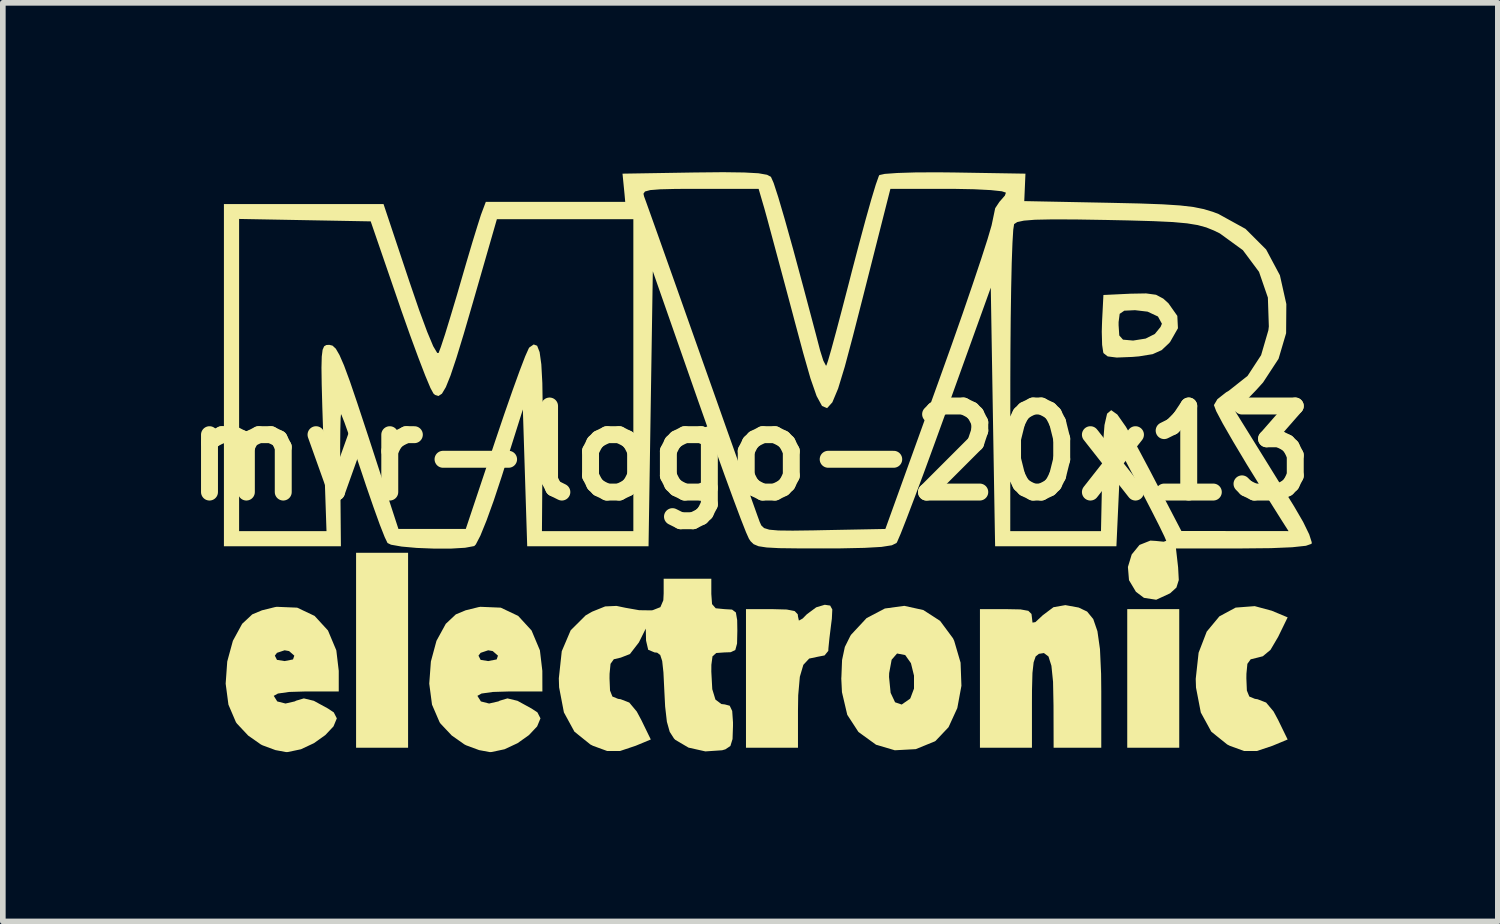
<source format=kicad_pcb>
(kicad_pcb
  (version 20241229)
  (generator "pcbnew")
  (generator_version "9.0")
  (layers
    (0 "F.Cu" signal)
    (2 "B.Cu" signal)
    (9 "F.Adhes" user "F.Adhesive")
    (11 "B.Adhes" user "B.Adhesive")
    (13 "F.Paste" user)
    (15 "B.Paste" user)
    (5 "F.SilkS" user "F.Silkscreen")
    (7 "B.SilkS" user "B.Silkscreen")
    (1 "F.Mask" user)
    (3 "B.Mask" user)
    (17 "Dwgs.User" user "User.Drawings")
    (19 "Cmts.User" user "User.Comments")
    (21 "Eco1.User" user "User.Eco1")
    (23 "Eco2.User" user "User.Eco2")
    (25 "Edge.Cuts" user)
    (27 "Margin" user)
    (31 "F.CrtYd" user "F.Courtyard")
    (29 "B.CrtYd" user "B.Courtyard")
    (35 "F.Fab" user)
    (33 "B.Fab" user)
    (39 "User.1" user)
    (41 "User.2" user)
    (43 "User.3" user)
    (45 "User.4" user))
  (footprint "mvr-logo-20x13"
    (layer "F.Cu")
    (at 10.24 4.976)
    (property "Reference" "mvr-logo-20x13" (at 0 0 0) (layer "F.SilkS") (effects (font (size 1.524 1.524) (thickness 0.3))))
    (attr board_only exclude_from_pos_files exclude_from_bom)
    (fp_poly (pts (xy -6.062 5.218) (xy -6.983 5.218) (xy -6.983 1.765) (xy -6.062 1.765)) (stroke (width 0) (type solid)) (fill yes) (layer "F.SilkS"))
    (fp_poly (pts (xy 7.597 5.218) (xy 6.676 5.218) (xy 6.676 2.763) (xy 7.597 2.763)) (stroke (width 0) (type solid)) (fill yes) (layer "F.SilkS"))
    (fp_poly (pts (xy 1.414 2.7) (xy 1.452 2.769) (xy 1.444 2.933) (xy 1.43 3.042) (xy 1.401 3.278) (xy 1.383 3.458) (xy 1.381 3.502) (xy 1.315 3.583) (xy 1.192 3.607) (xy 1.042 3.639) (xy 0.939 3.75) (xy 0.877 3.961) (xy 0.848 4.29) (xy 0.844 4.561) (xy 0.844 5.218) (xy -0.077 5.218) (xy -0.077 2.763) (xy 0.384 2.763) (xy 0.645 2.77) (xy 0.786 2.798) (xy 0.84 2.855) (xy 0.844 2.892) (xy 0.86 2.966) (xy 0.926 2.93) (xy 1.001 2.854) (xy 1.167 2.731) (xy 1.318 2.686)) (stroke (width 0) (type solid)) (fill yes) (layer "F.SilkS"))
    (fp_poly (pts (xy 9.235 2.791) (xy 9.517 2.909) (xy 9.349 3.254) (xy 9.213 3.485) (xy 9.077 3.598) (xy 8.984 3.622) (xy 8.862 3.652) (xy 8.804 3.732) (xy 8.787 3.908) (xy 8.786 3.99) (xy 8.795 4.205) (xy 8.838 4.311) (xy 8.937 4.352) (xy 8.984 4.359) (xy 9.136 4.418) (xy 9.268 4.576) (xy 9.349 4.727) (xy 9.517 5.072) (xy 9.25 5.183) (xy 8.972 5.276) (xy 8.745 5.276) (xy 8.493 5.184) (xy 8.446 5.16) (xy 8.165 4.934) (xy 7.979 4.594) (xy 7.894 4.153) (xy 7.889 3.999) (xy 7.94 3.535) (xy 8.084 3.161) (xy 8.308 2.891) (xy 8.596 2.736) (xy 8.934 2.71)) (stroke (width 0) (type solid)) (fill yes) (layer "F.SilkS"))
    (fp_poly (pts (xy 5.816 2.735) (xy 5.965 2.806) (xy 6.074 2.939) (xy 6.148 3.154) (xy 6.193 3.471) (xy 6.213 3.911) (xy 6.216 4.217) (xy 6.216 5.218) (xy 5.372 5.218) (xy 5.37 4.47) (xy 5.362 4.05) (xy 5.333 3.766) (xy 5.281 3.602) (xy 5.2 3.541) (xy 5.111 3.555) (xy 5.054 3.601) (xy 5.018 3.705) (xy 4.997 3.894) (xy 4.989 4.196) (xy 4.988 4.41) (xy 4.988 5.218) (xy 4.067 5.218) (xy 4.067 2.763) (xy 4.527 2.763) (xy 4.785 2.768) (xy 4.924 2.793) (xy 4.98 2.849) (xy 4.988 2.913) (xy 4.998 3.002) (xy 5.049 2.993) (xy 5.173 2.878) (xy 5.176 2.874) (xy 5.369 2.729) (xy 5.58 2.692)) (stroke (width 0) (type solid)) (fill yes) (layer "F.SilkS"))
    (fp_poly (pts (xy 7.186 -2.805) (xy 7.314 -2.737) (xy 7.405 -2.655) (xy 7.563 -2.431) (xy 7.574 -2.212) (xy 7.437 -1.972) (xy 7.417 -1.948) (xy 7.285 -1.824) (xy 7.126 -1.753) (xy 6.885 -1.714) (xy 6.766 -1.704) (xy 6.489 -1.693) (xy 6.33 -1.713) (xy 6.258 -1.769) (xy 6.251 -1.784) (xy 6.231 -1.919) (xy 6.225 -2.15) (xy 6.228 -2.264) (xy 6.523 -2.264) (xy 6.535 -2.084) (xy 6.601 -2.01) (xy 6.769 -1.995) (xy 6.786 -1.995) (xy 7.002 -2.029) (xy 7.165 -2.111) (xy 7.169 -2.116) (xy 7.266 -2.235) (xy 7.29 -2.292) (xy 7.22 -2.42) (xy 7.036 -2.506) (xy 6.814 -2.532) (xy 6.624 -2.523) (xy 6.542 -2.467) (xy 6.523 -2.322) (xy 6.523 -2.264) (xy 6.228 -2.264) (xy 6.231 -2.349) (xy 6.254 -2.801) (xy 6.734 -2.824) (xy 7.01 -2.829)) (stroke (width 0) (type solid)) (fill yes) (layer "F.SilkS"))
    (fp_poly (pts (xy 3.064 2.779) (xy 3.361 2.971) (xy 3.59 3.28) (xy 3.611 3.325) (xy 3.724 3.711) (xy 3.739 4.121) (xy 3.666 4.516) (xy 3.511 4.854) (xy 3.282 5.096) (xy 3.271 5.104) (xy 2.931 5.243) (xy 2.559 5.263) (xy 2.227 5.165) (xy 1.915 4.939) (xy 1.717 4.635) (xy 1.623 4.234) (xy 1.611 3.99) (xy 1.613 3.965) (xy 2.457 3.965) (xy 2.485 4.246) (xy 2.564 4.413) (xy 2.681 4.453) (xy 2.825 4.353) (xy 2.835 4.341) (xy 2.899 4.17) (xy 2.899 3.941) (xy 2.845 3.721) (xy 2.745 3.579) (xy 2.741 3.576) (xy 2.599 3.549) (xy 2.503 3.659) (xy 2.459 3.897) (xy 2.457 3.965) (xy 1.613 3.965) (xy 1.625 3.664) (xy 1.674 3.433) (xy 1.771 3.238) (xy 1.786 3.215) (xy 2.059 2.922) (xy 2.383 2.752) (xy 2.728 2.705)) (stroke (width 0) (type solid)) (fill yes) (layer "F.SilkS"))
    (fp_poly (pts (xy -8.026 2.737) (xy -7.718 2.883) (xy -7.481 3.141) (xy -7.333 3.493) (xy -7.29 3.856) (xy -7.29 4.221) (xy -7.866 4.221) (xy -8.167 4.23) (xy -8.367 4.258) (xy -8.441 4.299) (xy -8.441 4.3) (xy -8.379 4.398) (xy -8.233 4.435) (xy -8.068 4.397) (xy -8.046 4.385) (xy -7.908 4.344) (xy -7.731 4.387) (xy -7.482 4.523) (xy -7.378 4.592) (xy -7.324 4.698) (xy -7.383 4.84) (xy -7.528 4.994) (xy -7.729 5.137) (xy -7.959 5.245) (xy -8.19 5.294) (xy -8.222 5.295) (xy -8.411 5.26) (xy -8.638 5.176) (xy -8.67 5.16) (xy -8.895 5.002) (xy -9.092 4.792) (xy -9.111 4.766) (xy -9.244 4.455) (xy -9.293 4.083) (xy -9.265 3.691) (xy -9.237 3.587) (xy -8.422 3.587) (xy -8.384 3.662) (xy -8.249 3.683) (xy -8.1 3.654) (xy -8.077 3.587) (xy -8.17 3.506) (xy -8.249 3.492) (xy -8.384 3.537) (xy -8.422 3.587) (xy -9.237 3.587) (xy -9.165 3.324) (xy -9.001 3.023) (xy -8.822 2.856) (xy -8.65 2.784) (xy -8.419 2.727) (xy -8.387 2.722)) (stroke (width 0) (type solid)) (fill yes) (layer "F.SilkS"))
    (fp_poly (pts (xy -4.42 2.737) (xy -4.112 2.883) (xy -3.875 3.141) (xy -3.727 3.493) (xy -3.684 3.856) (xy -3.683 4.221) (xy -4.259 4.221) (xy -4.56 4.23) (xy -4.761 4.258) (xy -4.834 4.299) (xy -4.834 4.3) (xy -4.772 4.398) (xy -4.627 4.435) (xy -4.461 4.397) (xy -4.439 4.385) (xy -4.302 4.344) (xy -4.124 4.387) (xy -3.876 4.523) (xy -3.771 4.592) (xy -3.717 4.698) (xy -3.776 4.84) (xy -3.921 4.994) (xy -4.122 5.137) (xy -4.353 5.245) (xy -4.583 5.294) (xy -4.616 5.295) (xy -4.804 5.26) (xy -5.031 5.176) (xy -5.063 5.16) (xy -5.288 5.002) (xy -5.486 4.792) (xy -5.504 4.766) (xy -5.638 4.455) (xy -5.687 4.083) (xy -5.658 3.691) (xy -5.63 3.587) (xy -4.815 3.587) (xy -4.777 3.662) (xy -4.643 3.683) (xy -4.493 3.654) (xy -4.47 3.587) (xy -4.563 3.506) (xy -4.643 3.492) (xy -4.777 3.537) (xy -4.815 3.587) (xy -5.63 3.587) (xy -5.559 3.324) (xy -5.394 3.023) (xy -5.216 2.856) (xy -5.043 2.784) (xy -4.812 2.727) (xy -4.78 2.722)) (stroke (width 0) (type solid)) (fill yes) (layer "F.SilkS"))
    (fp_poly (pts (xy -0.691 2.494) (xy -0.678 2.674) (xy -0.613 2.748) (xy -0.46 2.763) (xy -0.324 2.771) (xy -0.256 2.822) (xy -0.233 2.957) (xy -0.23 3.146) (xy -0.235 3.373) (xy -0.266 3.487) (xy -0.347 3.526) (xy -0.46 3.53) (xy -0.603 3.54) (xy -0.67 3.599) (xy -0.69 3.749) (xy -0.691 3.869) (xy -0.674 4.181) (xy -0.618 4.365) (xy -0.513 4.444) (xy -0.452 4.451) (xy -0.365 4.474) (xy -0.321 4.567) (xy -0.307 4.768) (xy -0.307 4.833) (xy -0.315 5.064) (xy -0.353 5.187) (xy -0.441 5.246) (xy -0.499 5.263) (xy -0.796 5.283) (xy -1.095 5.216) (xy -1.328 5.079) (xy -1.352 5.055) (xy -1.428 4.936) (xy -1.478 4.758) (xy -1.509 4.487) (xy -1.523 4.213) (xy -1.539 3.885) (xy -1.561 3.682) (xy -1.596 3.575) (xy -1.651 3.534) (xy -1.696 3.53) (xy -1.809 3.483) (xy -1.846 3.324) (xy -1.847 3.319) (xy -1.852 3.108) (xy -1.974 3.353) (xy -2.133 3.559) (xy -2.295 3.622) (xy -2.418 3.651) (xy -2.476 3.732) (xy -2.493 3.907) (xy -2.494 3.99) (xy -2.485 4.205) (xy -2.443 4.311) (xy -2.343 4.352) (xy -2.296 4.359) (xy -2.144 4.418) (xy -2.012 4.576) (xy -1.931 4.727) (xy -1.763 5.072) (xy -2.03 5.183) (xy -2.308 5.276) (xy -2.536 5.276) (xy -2.787 5.184) (xy -2.834 5.16) (xy -3.116 4.933) (xy -3.302 4.592) (xy -3.387 4.148) (xy -3.392 3.99) (xy -3.34 3.509) (xy -3.182 3.138) (xy -2.917 2.874) (xy -2.802 2.808) (xy -2.571 2.715) (xy -2.37 2.706) (xy -2.213 2.739) (xy -1.969 2.782) (xy -1.752 2.785) (xy -1.727 2.781) (xy -1.593 2.728) (xy -1.541 2.606) (xy -1.535 2.485) (xy -1.535 2.225) (xy -0.691 2.225)) (stroke (width 0) (type solid)) (fill yes) (layer "F.SilkS"))
    (fp_poly (pts (xy -0.109 -4.971) (xy 0.145 -4.957) (xy 0.297 -4.93) (xy 0.365 -4.894) (xy 0.413 -4.785) (xy 0.494 -4.536) (xy 0.609 -4.145) (xy 0.759 -3.609) (xy 0.943 -2.927) (xy 1.163 -2.099) (xy 1.237 -1.815) (xy 1.293 -1.638) (xy 1.338 -1.552) (xy 1.347 -1.552) (xy 1.375 -1.633) (xy 1.435 -1.84) (xy 1.52 -2.153) (xy 1.625 -2.55) (xy 1.744 -3.007) (xy 1.799 -3.222) (xy 1.925 -3.702) (xy 2.041 -4.133) (xy 2.142 -4.492) (xy 2.222 -4.756) (xy 2.274 -4.903) (xy 2.285 -4.925) (xy 2.381 -4.946) (xy 2.603 -4.962) (xy 2.924 -4.972) (xy 3.317 -4.974) (xy 3.612 -4.971) (xy 4.873 -4.95) (xy 4.852 -4.464) (xy 6.359 -4.434) (xy 6.894 -4.422) (xy 7.303 -4.407) (xy 7.612 -4.387) (xy 7.846 -4.36) (xy 8.033 -4.322) (xy 8.2 -4.271) (xy 8.292 -4.236) (xy 8.771 -3.972) (xy 9.136 -3.607) (xy 9.38 -3.15) (xy 9.494 -2.641) (xy 9.49 -2.124) (xy 9.356 -1.671) (xy 9.082 -1.252) (xy 8.963 -1.12) (xy 8.592 -0.735) (xy 8.939 -0.176) (xy 9.159 0.179) (xy 9.407 0.58) (xy 9.631 0.942) (xy 9.638 0.954) (xy 9.792 1.219) (xy 9.899 1.439) (xy 9.944 1.579) (xy 9.941 1.606) (xy 9.841 1.641) (xy 9.598 1.667) (xy 9.22 1.683) (xy 8.717 1.688) (xy 7.539 1.688) (xy 7.577 2.023) (xy 7.589 2.247) (xy 7.547 2.381) (xy 7.435 2.483) (xy 7.189 2.597) (xy 6.972 2.563) (xy 6.83 2.456) (xy 6.707 2.25) (xy 6.688 2.016) (xy 6.755 1.795) (xy 6.893 1.626) (xy 7.086 1.549) (xy 7.182 1.555) (xy 7.322 1.569) (xy 7.367 1.553) (xy 7.333 1.474) (xy 7.243 1.288) (xy 7.109 1.024) (xy 6.964 0.744) (xy 6.561 -0.027) (xy 6.484 1.65) (xy 4.336 1.65) (xy 4.331 1.381) (xy 4.604 1.381) (xy 6.211 1.381) (xy 6.233 0.327) (xy 6.247 -0.155) (xy 6.273 -0.497) (xy 6.319 -0.699) (xy 6.392 -0.761) (xy 6.5 -0.684) (xy 6.652 -0.467) (xy 6.854 -0.111) (xy 7.073 0.301) (xy 7.635 1.379) (xy 8.584 1.38) (xy 9.533 1.381) (xy 9.423 1.209) (xy 9.089 0.678) (xy 8.796 0.204) (xy 8.554 -0.201) (xy 8.369 -0.522) (xy 8.252 -0.743) (xy 8.211 -0.851) (xy 8.211 -0.851) (xy 8.273 -0.956) (xy 8.427 -1.077) (xy 8.476 -1.106) (xy 8.807 -1.368) (xy 9.047 -1.735) (xy 9.176 -2.177) (xy 9.184 -2.244) (xy 9.167 -2.755) (xy 9.01 -3.211) (xy 8.724 -3.595) (xy 8.317 -3.891) (xy 8.211 -3.943) (xy 8.075 -3.998) (xy 7.925 -4.039) (xy 7.736 -4.07) (xy 7.483 -4.093) (xy 7.142 -4.109) (xy 6.688 -4.122) (xy 6.302 -4.13) (xy 5.753 -4.139) (xy 5.339 -4.14) (xy 5.042 -4.134) (xy 4.845 -4.118) (xy 4.728 -4.093) (xy 4.674 -4.058) (xy 4.672 -4.056) (xy 4.657 -3.957) (xy 4.643 -3.723) (xy 4.63 -3.372) (xy 4.62 -2.923) (xy 4.612 -2.394) (xy 4.607 -1.803) (xy 4.605 -1.285) (xy 4.604 1.381) (xy 4.331 1.381) (xy 4.297 -0.641) (xy 4.259 -2.931) (xy 3.462 -0.717) (xy 3.261 -0.163) (xy 3.074 0.348) (xy 2.907 0.794) (xy 2.768 1.16) (xy 2.664 1.425) (xy 2.601 1.571) (xy 2.589 1.592) (xy 2.507 1.632) (xy 2.322 1.661) (xy 2.021 1.678) (xy 1.588 1.687) (xy 1.297 1.688) (xy 0.839 1.687) (xy 0.511 1.683) (xy 0.288 1.671) (xy 0.145 1.649) (xy 0.059 1.613) (xy 0.005 1.561) (xy -0.025 1.516) (xy -0.076 1.402) (xy -0.17 1.163) (xy -0.3 0.816) (xy -0.459 0.382) (xy -0.639 -0.12) (xy -0.835 -0.673) (xy -0.929 -0.939) (xy -1.727 -3.221) (xy -1.765 -0.786) (xy -1.803 1.65) (xy -3.952 1.65) (xy -4.029 -0.774) (xy -4.404 0.415) (xy -4.544 0.838) (xy -4.673 1.195) (xy -4.782 1.463) (xy -4.862 1.617) (xy -4.89 1.646) (xy -5.051 1.676) (xy -5.303 1.691) (xy -5.602 1.691) (xy -5.908 1.679) (xy -6.176 1.655) (xy -6.364 1.622) (xy -6.426 1.592) (xy -6.476 1.488) (xy -6.563 1.267) (xy -6.675 0.956) (xy -6.804 0.583) (xy -6.864 0.403) (xy -6.992 0.022) (xy -7.103 -0.301) (xy -7.188 -0.541) (xy -7.24 -0.673) (xy -7.25 -0.691) (xy -7.257 -0.618) (xy -7.262 -0.419) (xy -7.265 -0.118) (xy -7.264 0.256) (xy -7.262 0.48) (xy -7.252 1.65) (xy -9.324 1.65) (xy -9.324 -4.148) (xy -9.055 -4.148) (xy -9.055 1.381) (xy -7.507 1.381) (xy -7.563 -0.269) (xy -7.581 -0.811) (xy -7.592 -1.22) (xy -7.596 -1.513) (xy -7.591 -1.71) (xy -7.576 -1.83) (xy -7.549 -1.892) (xy -7.51 -1.915) (xy -7.457 -1.918) (xy -7.457 -1.918) (xy -7.4 -1.904) (xy -7.342 -1.85) (xy -7.277 -1.738) (xy -7.196 -1.552) (xy -7.093 -1.273) (xy -6.961 -0.885) (xy -6.791 -0.37) (xy -6.764 -0.288) (xy -6.233 1.343) (xy -5.04 1.343) (xy -4.516 -0.225) (xy -4.358 -0.692) (xy -4.212 -1.11) (xy -4.086 -1.458) (xy -3.988 -1.714) (xy -3.926 -1.853) (xy -3.915 -1.871) (xy -3.837 -1.925) (xy -3.776 -1.902) (xy -3.732 -1.789) (xy -3.702 -1.573) (xy -3.684 -1.243) (xy -3.677 -0.784) (xy -3.679 -0.198) (xy -3.691 1.381) (xy -2.072 1.381) (xy -2.072 -4.144) (xy -4.489 -4.144) (xy -4.911 -2.678) (xy -5.075 -2.115) (xy -5.206 -1.686) (xy -5.31 -1.375) (xy -5.393 -1.169) (xy -5.462 -1.053) (xy -5.524 -1.012) (xy -5.584 -1.031) (xy -5.612 -1.055) (xy -5.666 -1.154) (xy -5.759 -1.376) (xy -5.882 -1.696) (xy -6.027 -2.09) (xy -6.185 -2.537) (xy -6.216 -2.628) (xy -6.724 -4.105) (xy -9.055 -4.148) (xy -9.324 -4.148) (xy -9.324 -4.412) (xy -6.497 -4.412) (xy -6.039 -3.039) (xy -5.866 -2.534) (xy -5.724 -2.15) (xy -5.617 -1.894) (xy -5.546 -1.775) (xy -5.522 -1.773) (xy -5.481 -1.882) (xy -5.406 -2.109) (xy -5.309 -2.426) (xy -5.196 -2.803) (xy -5.147 -2.972) (xy -5.03 -3.374) (xy -4.922 -3.738) (xy -4.832 -4.03) (xy -4.772 -4.219) (xy -4.758 -4.257) (xy -4.685 -4.451) (xy -2.216 -4.451) (xy -2.229 -4.595) (xy -1.893 -4.595) (xy -1.882 -4.547) (xy -1.845 -4.446) (xy -1.763 -4.217) (xy -1.642 -3.878) (xy -1.488 -3.444) (xy -1.306 -2.932) (xy -1.104 -2.361) (xy -0.886 -1.745) (xy -0.866 -1.688) (xy -0.646 -1.068) (xy -0.441 -0.488) (xy -0.255 0.035) (xy -0.096 0.483) (xy 0.03 0.839) (xy 0.118 1.086) (xy 0.162 1.207) (xy 0.163 1.211) (xy 0.194 1.28) (xy 0.243 1.327) (xy 0.336 1.356) (xy 0.496 1.37) (xy 0.751 1.373) (xy 1.124 1.368) (xy 1.31 1.364) (xy 2.392 1.343) (xy 3.344 -1.297) (xy 3.563 -1.909) (xy 3.764 -2.481) (xy 3.941 -2.998) (xy 4.089 -3.44) (xy 4.202 -3.791) (xy 4.273 -4.033) (xy 4.297 -4.146) (xy 4.337 -4.338) (xy 4.412 -4.451) (xy 4.509 -4.562) (xy 4.527 -4.614) (xy 4.455 -4.638) (xy 4.258 -4.659) (xy 3.964 -4.674) (xy 3.6 -4.681) (xy 3.504 -4.681) (xy 2.481 -4.681) (xy 1.989 -2.743) (xy 1.815 -2.064) (xy 1.673 -1.531) (xy 1.555 -1.144) (xy 1.453 -0.9) (xy 1.36 -0.797) (xy 1.27 -0.835) (xy 1.174 -1.011) (xy 1.065 -1.324) (xy 0.937 -1.772) (xy 0.781 -2.353) (xy 0.754 -2.456) (xy 0.621 -2.954) (xy 0.496 -3.419) (xy 0.387 -3.824) (xy 0.301 -4.144) (xy 0.244 -4.35) (xy 0.231 -4.393) (xy 0.147 -4.681) (xy -0.894 -4.681) (xy -1.311 -4.68) (xy -1.597 -4.673) (xy -1.774 -4.659) (xy -1.866 -4.634) (xy -1.893 -4.595) (xy -2.229 -4.595) (xy -2.264 -4.95) (xy -0.989 -4.971) (xy -0.481 -4.976)) (stroke (width 0) (type solid)) (fill yes) (layer "F.SilkS")))
  (gr_rect
    (start -3 -3)
    (end 23.48 13.27)
    (stroke (width 0.1) (type default))
    (fill no)
    (layer "Edge.Cuts")))
</source>
